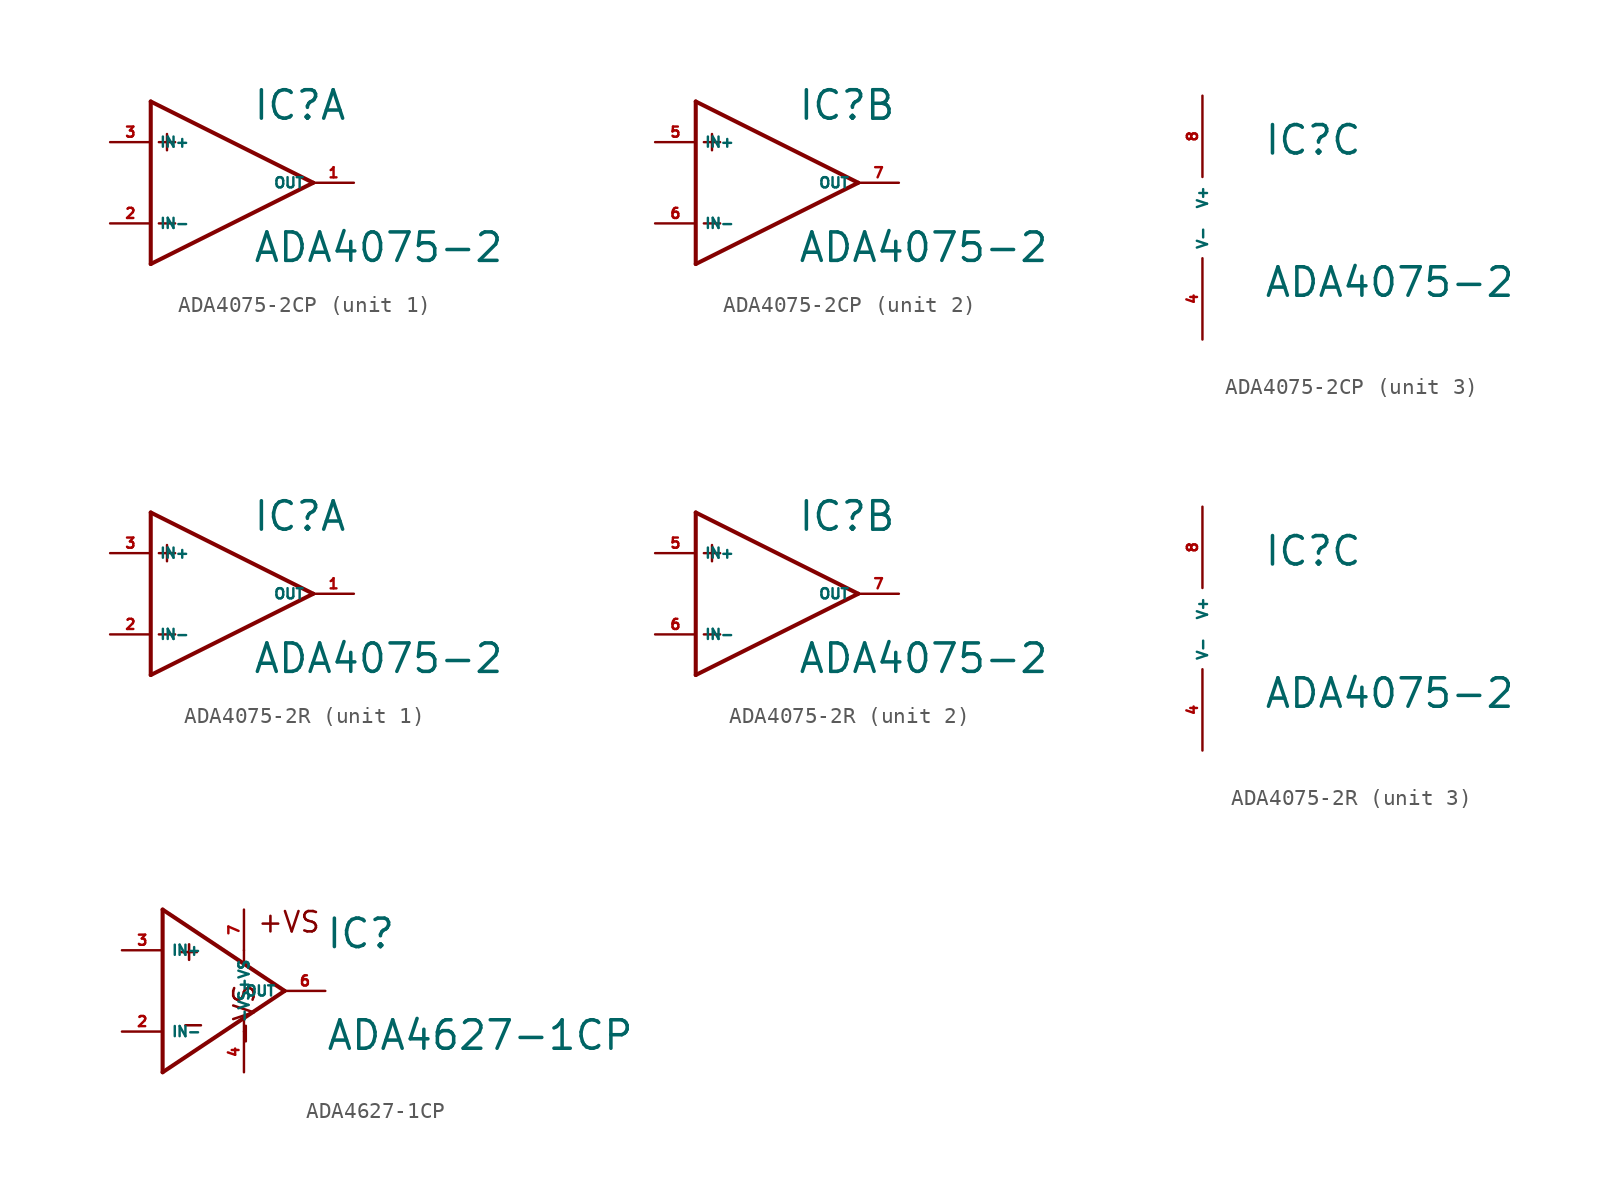
<source format=kicad_sym>
(kicad_symbol_lib
  (version 20220914)
  (generator Eagle2Kicad)
  (symbol "ADA4075-2CP"
    (property "Reference" "IC"
      (at 3.81 3.81 0)
      (effects (font (size 1.778 1.778) (thickness 0.22)) (justify left bottom)))
    (property "Value" "ADA4075-2"
      (at 3.81 -5.08 0)
      (effects (font (size 1.778 1.778) (thickness 0.22)) (justify left bottom)))
    (symbol "ADA4075-2CP_1_0"
      (polyline (pts (xy -2.54 5.08) (xy -2.54 -5.08)) (stroke (width 0.254) (type default)) (fill (type none)))
      (polyline (pts (xy -2.54 -5.08) (xy 7.62 0)) (stroke (width 0.254) (type default)) (fill (type none)))
      (polyline (pts (xy 7.62 0) (xy -2.54 5.08)) (stroke (width 0.254) (type default)) (fill (type none)))
      (polyline (pts (xy -2.032 2.54) (xy -1.016 2.54)) (stroke (width 0.152) (type default)) (fill (type none)))
      (polyline (pts (xy -1.524 3.048) (xy -1.524 2.032)) (stroke (width 0.152) (type default)) (fill (type none)))
      (polyline (pts (xy -2.032 -2.54) (xy -1.016 -2.54)) (stroke (width 0.152) (type default)) (fill (type none)))
      (pin input line (at -5.08 2.54 0) (length 2.54) (name "IN+" (effects (font (size 0.635 0.635) (thickness 0.08)) (justify left bottom))) (number "3" (effects (font (size 0.635 0.635) (thickness 0.08)) (justify left bottom))))
      (pin input line (at -5.08 -2.54 0) (length 2.54) (name "IN-" (effects (font (size 0.635 0.635) (thickness 0.08)) (justify left bottom))) (number "2" (effects (font (size 0.635 0.635) (thickness 0.08)) (justify left bottom))))
      (pin output line (at 10.16 0 180) (length 2.54) (name "OUT" (effects (font (size 0.635 0.635) (thickness 0.08)) (justify left bottom))) (number "1" (effects (font (size 0.635 0.635) (thickness 0.08)) (justify left bottom)))))
    (symbol "ADA4075-2CP_2_0"
      (polyline (pts (xy -2.54 5.08) (xy -2.54 -5.08)) (stroke (width 0.254) (type default)) (fill (type none)))
      (polyline (pts (xy -2.54 -5.08) (xy 7.62 0)) (stroke (width 0.254) (type default)) (fill (type none)))
      (polyline (pts (xy 7.62 0) (xy -2.54 5.08)) (stroke (width 0.254) (type default)) (fill (type none)))
      (polyline (pts (xy -2.032 2.54) (xy -1.016 2.54)) (stroke (width 0.152) (type default)) (fill (type none)))
      (polyline (pts (xy -1.524 3.048) (xy -1.524 2.032)) (stroke (width 0.152) (type default)) (fill (type none)))
      (polyline (pts (xy -2.032 -2.54) (xy -1.016 -2.54)) (stroke (width 0.152) (type default)) (fill (type none)))
      (pin input line (at -5.08 2.54 0) (length 2.54) (name "IN+" (effects (font (size 0.635 0.635) (thickness 0.08)) (justify left bottom))) (number "5" (effects (font (size 0.635 0.635) (thickness 0.08)) (justify left bottom))))
      (pin input line (at -5.08 -2.54 0) (length 2.54) (name "IN-" (effects (font (size 0.635 0.635) (thickness 0.08)) (justify left bottom))) (number "6" (effects (font (size 0.635 0.635) (thickness 0.08)) (justify left bottom))))
      (pin output line (at 10.16 0 180) (length 2.54) (name "OUT" (effects (font (size 0.635 0.635) (thickness 0.08)) (justify left bottom))) (number "7" (effects (font (size 0.635 0.635) (thickness 0.08)) (justify left bottom)))))
    (symbol "ADA4075-2CP_3_0"
      (pin unspecified line (at 0 7.62 270) (length 5.08) (name "V+" (effects (font (size 0.635 0.635) (thickness 0.08)) (justify left bottom))) (number "8" (effects (font (size 0.635 0.635) (thickness 0.08)) (justify left bottom))))
      (pin unspecified line (at 0 -7.62 90) (length 5.08) (name "V-" (effects (font (size 0.635 0.635) (thickness 0.08)) (justify left bottom))) (number "4" (effects (font (size 0.635 0.635) (thickness 0.08)) (justify left bottom))))))
  (symbol "ADA4075-2R"
    (property "Reference" "IC"
      (at 3.81 3.81 0)
      (effects (font (size 1.778 1.778) (thickness 0.22)) (justify left bottom)))
    (property "Value" "ADA4075-2"
      (at 3.81 -5.08 0)
      (effects (font (size 1.778 1.778) (thickness 0.22)) (justify left bottom)))
    (symbol "ADA4075-2R_1_0"
      (polyline (pts (xy -2.54 5.08) (xy -2.54 -5.08)) (stroke (width 0.254) (type default)) (fill (type none)))
      (polyline (pts (xy -2.54 -5.08) (xy 7.62 0)) (stroke (width 0.254) (type default)) (fill (type none)))
      (polyline (pts (xy 7.62 0) (xy -2.54 5.08)) (stroke (width 0.254) (type default)) (fill (type none)))
      (polyline (pts (xy -2.032 2.54) (xy -1.016 2.54)) (stroke (width 0.152) (type default)) (fill (type none)))
      (polyline (pts (xy -1.524 3.048) (xy -1.524 2.032)) (stroke (width 0.152) (type default)) (fill (type none)))
      (polyline (pts (xy -2.032 -2.54) (xy -1.016 -2.54)) (stroke (width 0.152) (type default)) (fill (type none)))
      (pin input line (at -5.08 2.54 0) (length 2.54) (name "IN+" (effects (font (size 0.635 0.635) (thickness 0.08)) (justify left bottom))) (number "3" (effects (font (size 0.635 0.635) (thickness 0.08)) (justify left bottom))))
      (pin input line (at -5.08 -2.54 0) (length 2.54) (name "IN-" (effects (font (size 0.635 0.635) (thickness 0.08)) (justify left bottom))) (number "2" (effects (font (size 0.635 0.635) (thickness 0.08)) (justify left bottom))))
      (pin output line (at 10.16 0 180) (length 2.54) (name "OUT" (effects (font (size 0.635 0.635) (thickness 0.08)) (justify left bottom))) (number "1" (effects (font (size 0.635 0.635) (thickness 0.08)) (justify left bottom)))))
    (symbol "ADA4075-2R_2_0"
      (polyline (pts (xy -2.54 5.08) (xy -2.54 -5.08)) (stroke (width 0.254) (type default)) (fill (type none)))
      (polyline (pts (xy -2.54 -5.08) (xy 7.62 0)) (stroke (width 0.254) (type default)) (fill (type none)))
      (polyline (pts (xy 7.62 0) (xy -2.54 5.08)) (stroke (width 0.254) (type default)) (fill (type none)))
      (polyline (pts (xy -2.032 2.54) (xy -1.016 2.54)) (stroke (width 0.152) (type default)) (fill (type none)))
      (polyline (pts (xy -1.524 3.048) (xy -1.524 2.032)) (stroke (width 0.152) (type default)) (fill (type none)))
      (polyline (pts (xy -2.032 -2.54) (xy -1.016 -2.54)) (stroke (width 0.152) (type default)) (fill (type none)))
      (pin input line (at -5.08 2.54 0) (length 2.54) (name "IN+" (effects (font (size 0.635 0.635) (thickness 0.08)) (justify left bottom))) (number "5" (effects (font (size 0.635 0.635) (thickness 0.08)) (justify left bottom))))
      (pin input line (at -5.08 -2.54 0) (length 2.54) (name "IN-" (effects (font (size 0.635 0.635) (thickness 0.08)) (justify left bottom))) (number "6" (effects (font (size 0.635 0.635) (thickness 0.08)) (justify left bottom))))
      (pin output line (at 10.16 0 180) (length 2.54) (name "OUT" (effects (font (size 0.635 0.635) (thickness 0.08)) (justify left bottom))) (number "7" (effects (font (size 0.635 0.635) (thickness 0.08)) (justify left bottom)))))
    (symbol "ADA4075-2R_3_0"
      (pin unspecified line (at 0 7.62 270) (length 5.08) (name "V+" (effects (font (size 0.635 0.635) (thickness 0.08)) (justify left bottom))) (number "8" (effects (font (size 0.635 0.635) (thickness 0.08)) (justify left bottom))))
      (pin unspecified line (at 0 -7.62 90) (length 5.08) (name "V-" (effects (font (size 0.635 0.635) (thickness 0.08)) (justify left bottom))) (number "4" (effects (font (size 0.635 0.635) (thickness 0.08)) (justify left bottom))))))
  (symbol "ADA4627-1CP"
    (property "Reference" "IC"
      (at 7.62 2.54 0)
      (effects (font (size 1.778 1.778) (thickness 0.22)) (justify left bottom)))
    (property "Value" "ADA4627-1CP"
      (at 7.62 -3.81 0)
      (effects (font (size 1.778 1.778) (thickness 0.22)) (justify left bottom)))
    (polyline
      (pts (xy -2.54 5.08) (xy -2.54 -5.08))
      (stroke (width 0.254) (type default))
      (fill (type none)))
    (polyline
      (pts (xy -2.54 -5.08) (xy 5.08 0))
      (stroke (width 0.254) (type default))
      (fill (type none)))
    (polyline
      (pts (xy 5.08 0) (xy -2.54 5.08))
      (stroke (width 0.254) (type default))
      (fill (type none)))
    (polyline
      (pts (xy 2.54 2.54) (xy 2.54 1.778))
      (stroke (width 0.152) (type default))
      (fill (type none)))
    (polyline
      (pts (xy 2.54 -2.54) (xy 2.54 -1.778))
      (stroke (width 0.152) (type default))
      (fill (type none)))
    (text "+"
      (at -1.778 1.778 0)
      (effects (font (size 1.27 1.27) (thickness 0.16)) (justify left bottom)))
    (text "-"
      (at -1.524 -2.794 0)
      (effects (font (size 1.27 1.27) (thickness 0.16)) (justify left bottom)))
    (text "+VS"
      (at 3.302 3.556 0)
      (effects (font (size 1.27 1.27) (thickness 0.16)) (justify left bottom)))
    (text "-VS"
      (at 3.302 -3.556 1800)
      (effects (font (size 1.27 1.27) (thickness 0.16)) (justify left bottom mirror)))
    (pin input line
      (at -5.08 2.54 0)
      (length 2.54)
      (name "IN+" (effects (font (size 0.635 0.635) (thickness 0.08)) (justify left bottom)))
      (number "3" (effects (font (size 0.635 0.635) (thickness 0.08)) (justify left bottom))))
    (pin input line
      (at -5.08 -2.54 0)
      (length 2.54)
      (name "IN-" (effects (font (size 0.635 0.635) (thickness 0.08)) (justify left bottom)))
      (number "2" (effects (font (size 0.635 0.635) (thickness 0.08)) (justify left bottom))))
    (pin output line
      (at 7.62 0 180)
      (length 2.54)
      (name "OUT" (effects (font (size 0.635 0.635) (thickness 0.08)) (justify left bottom)))
      (number "6" (effects (font (size 0.635 0.635) (thickness 0.08)) (justify left bottom))))
    (pin input line
      (at 2.54 -5.08 90)
      (length 2.54)
      (name "-VS" (effects (font (size 0.635 0.635) (thickness 0.08)) (justify left bottom)))
      (number "4" (effects (font (size 0.635 0.635) (thickness 0.08)) (justify left bottom))))
    (pin input line
      (at 2.54 5.08 270)
      (length 2.54)
      (name "+VS" (effects (font (size 0.635 0.635) (thickness 0.08)) (justify left bottom)))
      (number "7" (effects (font (size 0.635 0.635) (thickness 0.08)) (justify left bottom))))))
</source>
